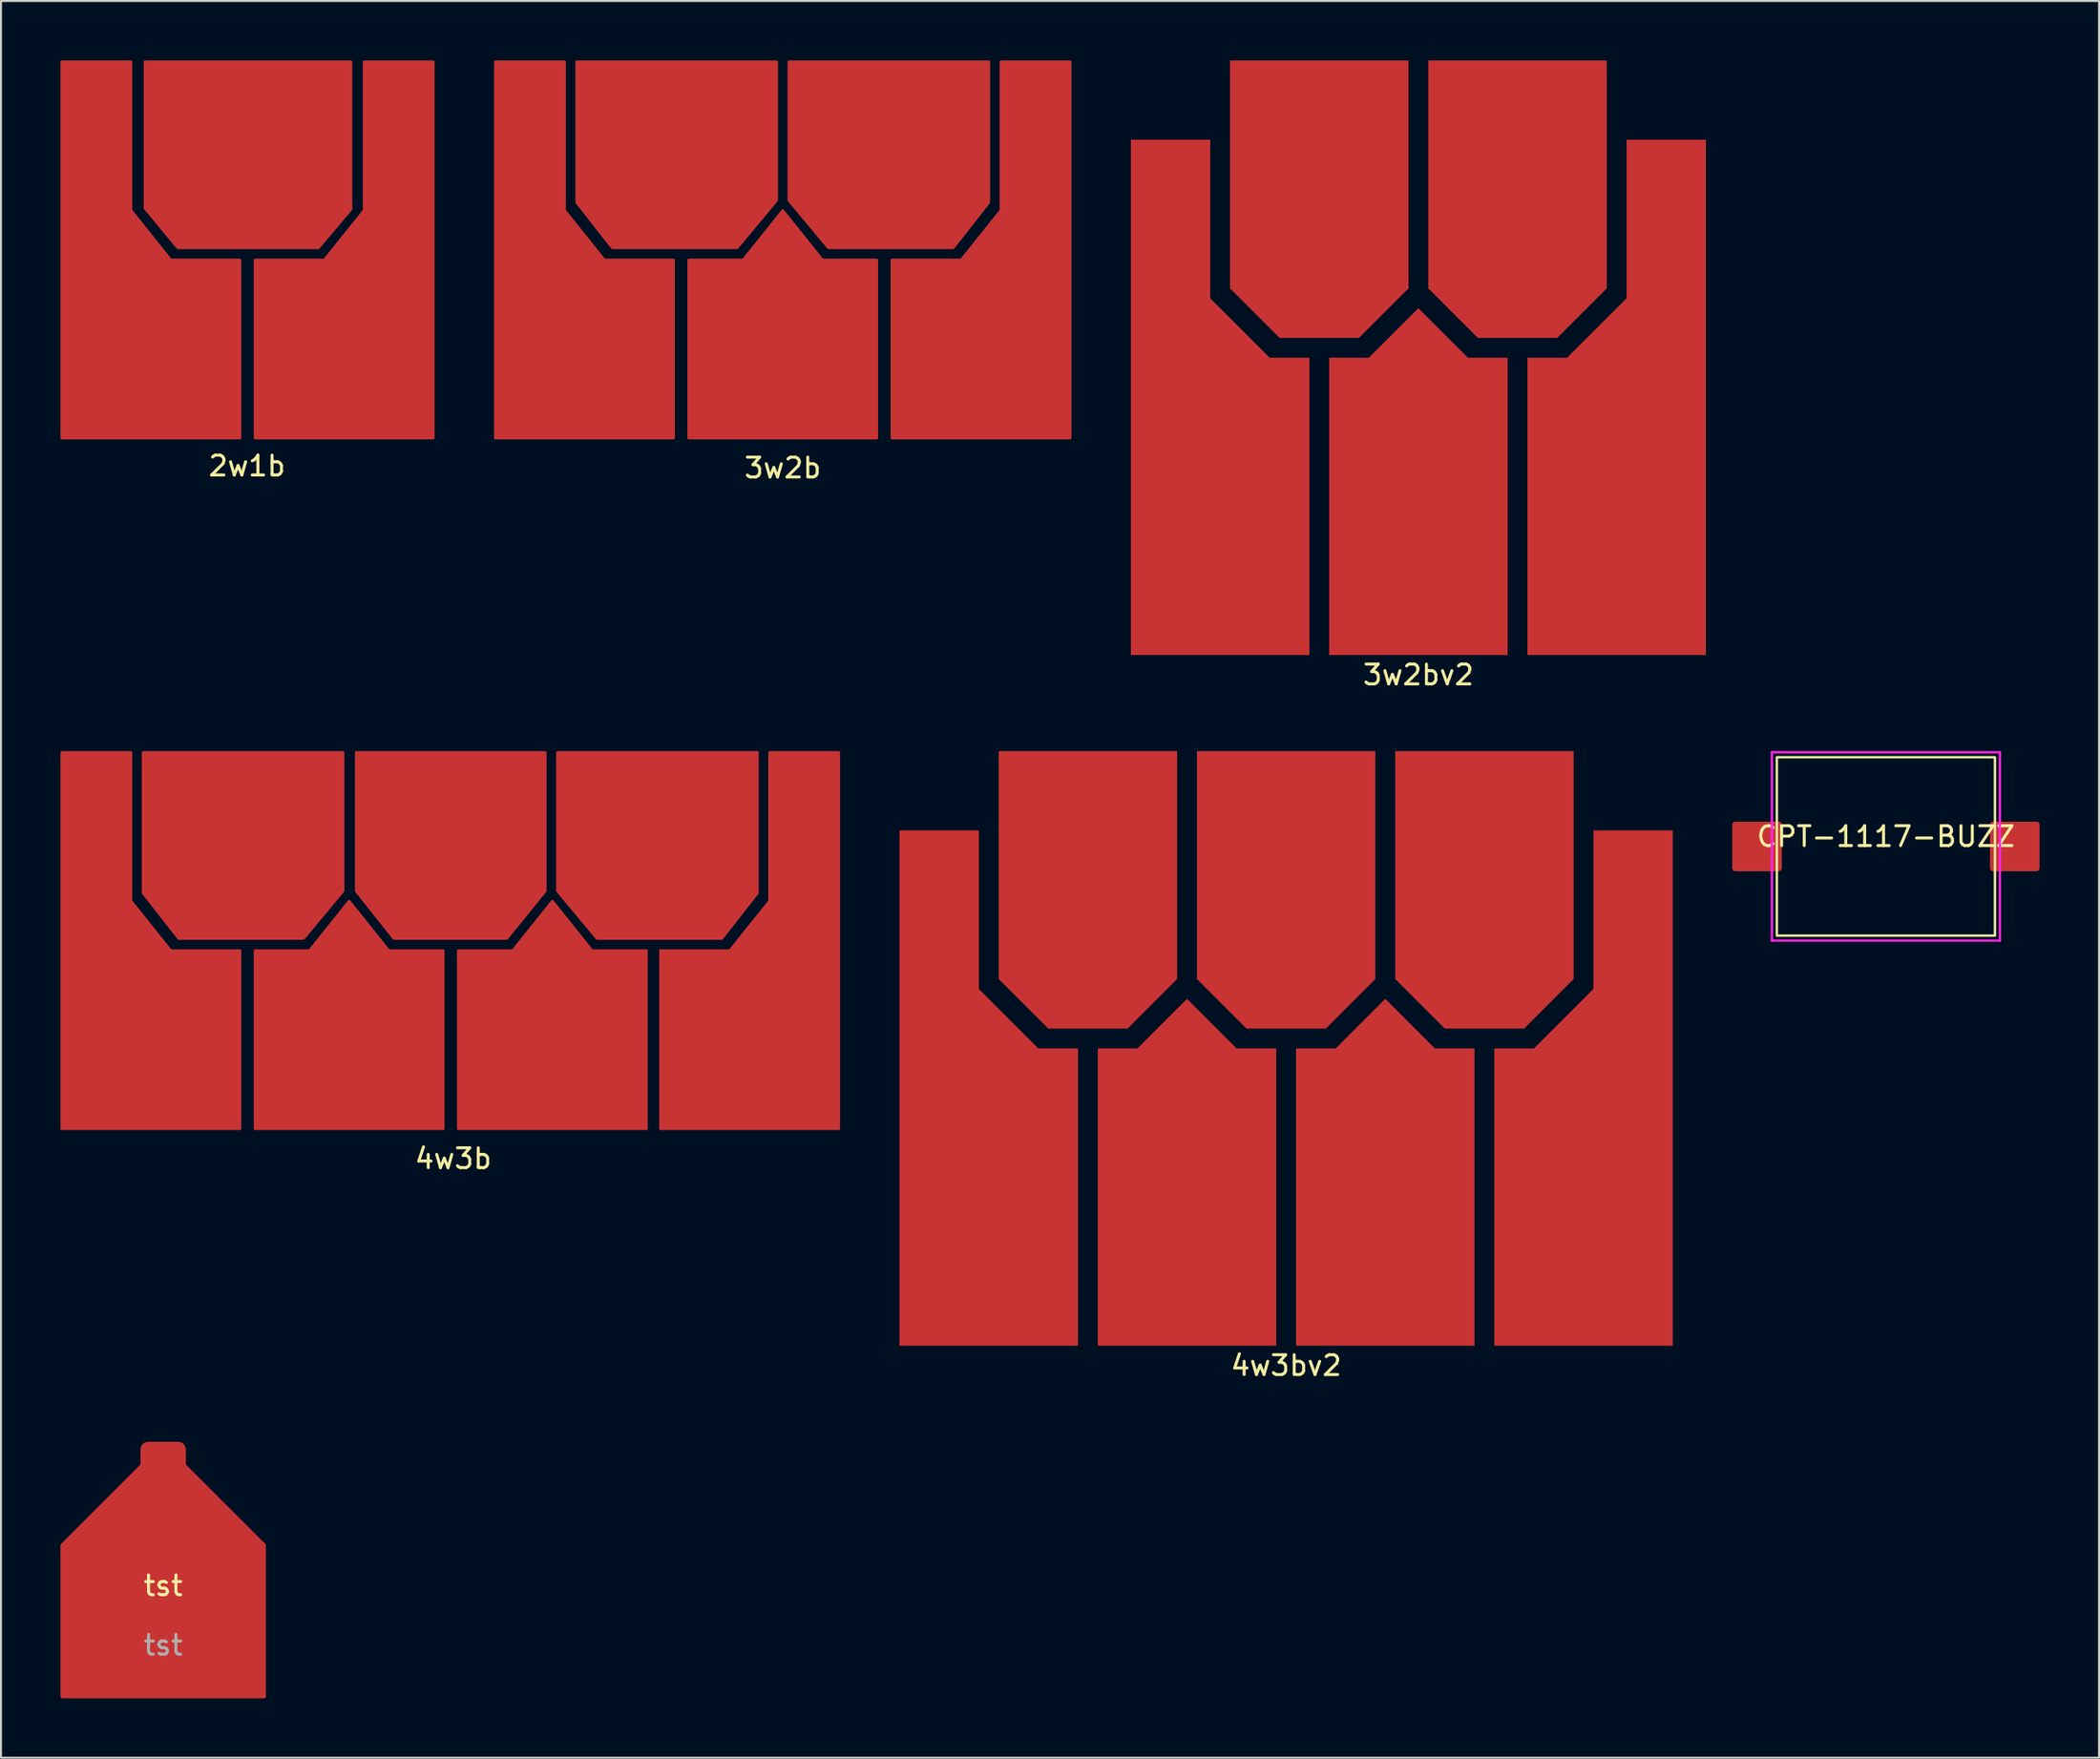
<source format=kicad_pcb>
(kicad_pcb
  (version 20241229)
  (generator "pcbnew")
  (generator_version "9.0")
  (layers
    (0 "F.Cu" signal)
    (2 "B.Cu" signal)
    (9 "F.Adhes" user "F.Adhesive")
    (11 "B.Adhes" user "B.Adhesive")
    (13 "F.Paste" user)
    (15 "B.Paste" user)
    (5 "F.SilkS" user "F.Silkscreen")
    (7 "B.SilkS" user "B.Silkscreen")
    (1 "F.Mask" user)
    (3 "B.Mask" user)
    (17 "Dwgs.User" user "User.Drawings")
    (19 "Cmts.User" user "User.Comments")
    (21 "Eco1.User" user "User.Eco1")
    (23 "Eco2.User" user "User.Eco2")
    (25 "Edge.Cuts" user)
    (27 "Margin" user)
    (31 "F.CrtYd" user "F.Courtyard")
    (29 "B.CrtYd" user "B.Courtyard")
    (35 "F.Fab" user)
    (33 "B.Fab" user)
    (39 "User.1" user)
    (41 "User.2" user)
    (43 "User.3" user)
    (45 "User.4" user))
  (footprint "tst"
    (layer "F.Cu")
    (at 5.18 77.459)
    (property "Reference" "tst" (at 0 -0.5 0) (unlocked yes) (layer "F.SilkS") (effects (font (size 1 1) (thickness 0.15))))
    (attr smd)
    (fp_poly (pts (xy 5.08 -2.54) (xy 5.08 5.08) (xy -5.08 5.08) (xy -5.08 -2.54) (xy 0 -7.62)) (stroke (width 0.2) (type solid)) (fill yes) (layer "F.Cu"))
    (fp_text user "${REFERENCE}" (at 0 2.5 0) (unlocked yes) (layer "F.Fab") (effects (font (size 1 1) (thickness 0.15))))
    (pad "1" smd roundrect (at 0 -7) (size 2.286 1.524) (layers "F.Cu" "F.Mask" "F.Paste") (roundrect_rratio 0.25)))
  (footprint "2w1b"
    (layer "F.Cu")
    (at 9.41 9.56)
    (property "Reference" "2w1b" (at 0 10.9 0) (unlocked yes) (layer "F.SilkS") (effects (font (size 1 1) (thickness 0.15))))
    (attr smd)
    (pad "1" smd custom (at -6.6 5) (size 1.524 1.524) (layers "F.Cu" "F.Mask" "F.Paste") (options (anchor circle)) (primitives (gr_poly (pts (xy 0.75 -7) (xy 2.75 -4.5) (xy 6.25 -4.5) (xy 6.25 4.5) (xy -2.75 4.5) (xy -2.75 -14.5) (xy 0.75 -14.5)) (width 0.12) (fill yes))))
    (pad "2" smd custom (at 0.35 -5.8) (size 1.524 1.524) (layers "F.Cu" "F.Mask" "F.Paste") (options (anchor circle)) (primitives (gr_poly (pts (xy 4.9 3.751) (xy 3.25 5.7) (xy -3.85 5.7) (xy -5.5 3.7) (xy -5.5 -3.7) (xy 4.9 -3.7)) (width 0.12) (fill yes))))
    (pad "3" smd custom (at 6.65 5) (size 1.524 1.524) (layers "F.Cu" "F.Mask" "F.Paste") (options (anchor circle)) (primitives (gr_poly (pts (xy 2.75 4.5) (xy -6.25 4.5) (xy -6.25 -4.5) (xy -2.75 -4.5) (xy -0.75 -7) (xy -0.75 -14.5) (xy 2.75 -14.5)) (width 0.12) (fill yes)))))
  (footprint "4w3bv2"
    (layer "F.Cu")
    (at 61.82 54.848)
    (property "Reference" "4w3bv2" (at 0 11 0) (unlocked yes) (layer "F.SilkS") (effects (font (size 1 1) (thickness 0.15))))
    (attr smd)
    (fp_poly (pts (xy -5.5 -8.5) (xy -8 -6) (xy -12 -6) (xy -14.5 -8.5) (xy -14.5 -20) (xy -5.5 -20)) (stroke (width 0) (type solid)) (fill yes) (layer "F.Mask"))
    (fp_poly (pts (xy 4.5 -8.5) (xy 2 -6) (xy -2 -6) (xy -4.5 -8.5) (xy -4.5 -20) (xy 4.5 -20)) (stroke (width 0) (type solid)) (fill yes) (layer "F.Mask"))
    (fp_poly (pts (xy 14.5 -8.5) (xy 12 -6) (xy 8 -6) (xy 5.5 -8.5) (xy 5.5 -20) (xy 14.5 -20)) (stroke (width 0) (type solid)) (fill yes) (layer "F.Mask"))
    (fp_poly (pts (xy -12.5 -5) (xy -10.5 -5) (xy -10.5 10) (xy -19.5 10) (xy -19.5 -16) (xy -15.5 -16) (xy -15.5 -8)) (stroke (width 0) (type solid)) (fill yes) (layer "F.Mask"))
    (fp_poly (pts (xy -2.5 -5) (xy -0.5 -5) (xy -0.5 10) (xy -9.5 10) (xy -9.5 -5) (xy -7.5 -5) (xy -5 -7.5)) (stroke (width 0) (type solid)) (fill yes) (layer "F.Mask"))
    (fp_poly (pts (xy 7.5 -5) (xy 9.5 -5) (xy 9.5 10) (xy 0.5 10) (xy 0.5 -5) (xy 2.5 -5) (xy 5 -7.5)) (stroke (width 0) (type solid)) (fill yes) (layer "F.Mask"))
    (fp_poly (pts (xy 12.5 -5) (xy 10.5 -5) (xy 10.5 10) (xy 19.5 10) (xy 19.5 -16) (xy 15.5 -16) (xy 15.5 -8)) (stroke (width 0) (type solid)) (fill yes) (layer "F.Mask"))
    (pad "1" smd custom (at -17.5 -15) (size 1.524 1.524) (layers "F.Cu" "F.Mask" "F.Paste") (options (anchor circle)) (primitives (gr_poly (pts (xy -1.143 -0.381) (xy -1.127 -0.49) (xy -1.072 -0.602) (xy -0.984 -0.691) (xy -0.871 -0.746) (xy -0.762 -0.762) (xy 0.762 -0.762) (xy 0.871 -0.746) (xy 0.983 -0.691) (xy 1.072 -0.603) (xy 1.127 -0.49) (xy 1.143 -0.381) (xy 1.143 0.381) (xy 1.127 0.49) (xy 1.072 0.602) (xy 0.984 0.691) (xy 0.871 0.746) (xy 0.762 0.762) (xy -0.762 0.762) (xy -0.871 0.746) (xy -0.983 0.691) (xy -1.072 0.603) (xy -1.127 0.49) (xy -1.143 0.381)) (width 0) (fill yes)) (gr_poly (pts (xy 5 10) (xy 7 10) (xy 7 25) (xy -2 25) (xy -2 -1) (xy 2 -1) (xy 2 7)) (width 0) (fill yes))))
    (pad "2" smd custom (at -10 -18.5) (size 1.524 1.524) (layers "F.Cu" "F.Mask" "F.Paste") (options (anchor circle)) (primitives (gr_poly (pts (xy -1.143 -0.381) (xy -1.127 -0.49) (xy -1.072 -0.602) (xy -0.984 -0.691) (xy -0.871 -0.746) (xy -0.762 -0.762) (xy 0.762 -0.762) (xy 0.871 -0.746) (xy 0.983 -0.691) (xy 1.072 -0.603) (xy 1.127 -0.49) (xy 1.143 -0.381) (xy 1.143 0.381) (xy 1.127 0.49) (xy 1.072 0.602) (xy 0.984 0.691) (xy 0.871 0.746) (xy 0.762 0.762) (xy -0.762 0.762) (xy -0.871 0.746) (xy -0.983 0.691) (xy -1.072 0.603) (xy -1.127 0.49) (xy -1.143 0.381)) (width 0) (fill yes)) (gr_poly (pts (xy 4.5 10) (xy 2 12.5) (xy -2 12.5) (xy -4.5 10) (xy -4.5 -1.5) (xy 4.5 -1.5)) (width 0) (fill yes))))
    (pad "3" smd custom (at -5 -5) (size 1.524 1.524) (layers "F.Cu" "F.Mask" "F.Paste") (options (anchor circle)) (primitives (gr_poly (pts (xy -1.143 -0.381) (xy -1.127 -0.49) (xy -1.072 -0.602) (xy -0.984 -0.691) (xy -0.871 -0.746) (xy -0.762 -0.762) (xy 0.762 -0.762) (xy 0.871 -0.746) (xy 0.983 -0.691) (xy 1.072 -0.603) (xy 1.127 -0.49) (xy 1.143 -0.381) (xy 1.143 0.381) (xy 1.127 0.49) (xy 1.072 0.602) (xy 0.984 0.691) (xy 0.871 0.746) (xy 0.762 0.762) (xy -0.762 0.762) (xy -0.871 0.746) (xy -0.983 0.691) (xy -1.072 0.603) (xy -1.127 0.49) (xy -1.143 0.381)) (width 0) (fill yes)) (gr_poly (pts (xy 2.5 0) (xy 4.5 0) (xy 4.5 15) (xy -4.5 15) (xy -4.5 0) (xy -2.5 0) (xy 0 -2.5)) (width 0) (fill yes))))
    (pad "4" smd custom (at 0 -18.5) (size 1.524 1.524) (layers "F.Cu" "F.Mask" "F.Paste") (options (anchor circle)) (primitives (gr_poly (pts (xy -1.143 -0.381) (xy -1.127 -0.49) (xy -1.072 -0.602) (xy -0.984 -0.691) (xy -0.871 -0.746) (xy -0.762 -0.762) (xy 0.762 -0.762) (xy 0.871 -0.746) (xy 0.983 -0.691) (xy 1.072 -0.603) (xy 1.127 -0.49) (xy 1.143 -0.381) (xy 1.143 0.381) (xy 1.127 0.49) (xy 1.072 0.602) (xy 0.984 0.691) (xy 0.871 0.746) (xy 0.762 0.762) (xy -0.762 0.762) (xy -0.871 0.746) (xy -0.983 0.691) (xy -1.072 0.603) (xy -1.127 0.49) (xy -1.143 0.381)) (width 0) (fill yes)) (gr_poly (pts (xy 4.5 10) (xy 2 12.5) (xy -2 12.5) (xy -4.5 10) (xy -4.5 -1.5) (xy 4.5 -1.5)) (width 0) (fill yes))))
    (pad "5" smd custom (at 5 -5) (size 1.524 1.524) (layers "F.Cu" "F.Mask" "F.Paste") (options (anchor circle)) (primitives (gr_poly (pts (xy -1.143 -0.381) (xy -1.127 -0.49) (xy -1.072 -0.602) (xy -0.984 -0.691) (xy -0.871 -0.746) (xy -0.762 -0.762) (xy 0.762 -0.762) (xy 0.871 -0.746) (xy 0.983 -0.691) (xy 1.072 -0.603) (xy 1.127 -0.49) (xy 1.143 -0.381) (xy 1.143 0.381) (xy 1.127 0.49) (xy 1.072 0.602) (xy 0.984 0.691) (xy 0.871 0.746) (xy 0.762 0.762) (xy -0.762 0.762) (xy -0.871 0.746) (xy -0.983 0.691) (xy -1.072 0.603) (xy -1.127 0.49) (xy -1.143 0.381)) (width 0) (fill yes)) (gr_poly (pts (xy 2.5 0) (xy 4.5 0) (xy 4.5 15) (xy -4.5 15) (xy -4.5 0) (xy -2.5 0) (xy 0 -2.5)) (width 0) (fill yes))))
    (pad "6" smd custom (at 10 -18.5) (size 1.524 1.524) (layers "F.Cu" "F.Mask" "F.Paste") (options (anchor circle)) (primitives (gr_poly (pts (xy -1.143 -0.381) (xy -1.127 -0.49) (xy -1.072 -0.602) (xy -0.984 -0.691) (xy -0.871 -0.746) (xy -0.762 -0.762) (xy 0.762 -0.762) (xy 0.871 -0.746) (xy 0.983 -0.691) (xy 1.072 -0.603) (xy 1.127 -0.49) (xy 1.143 -0.381) (xy 1.143 0.381) (xy 1.127 0.49) (xy 1.072 0.602) (xy 0.984 0.691) (xy 0.871 0.746) (xy 0.762 0.762) (xy -0.762 0.762) (xy -0.871 0.746) (xy -0.983 0.691) (xy -1.072 0.603) (xy -1.127 0.49) (xy -1.143 0.381)) (width 0) (fill yes)) (gr_poly (pts (xy 4.5 10) (xy 2 12.5) (xy -2 12.5) (xy -4.5 10) (xy -4.5 -1.5) (xy 4.5 -1.5)) (width 0) (fill yes))))
    (pad "7" smd custom (at 17.5 -15) (size 1.524 1.524) (layers "F.Cu" "F.Mask" "F.Paste") (options (anchor circle)) (primitives (gr_poly (pts (xy -1.143 -0.381) (xy -1.127 -0.49) (xy -1.072 -0.602) (xy -0.984 -0.691) (xy -0.871 -0.746) (xy -0.762 -0.762) (xy 0.762 -0.762) (xy 0.871 -0.746) (xy 0.983 -0.691) (xy 1.072 -0.603) (xy 1.127 -0.49) (xy 1.143 -0.381) (xy 1.143 0.381) (xy 1.127 0.49) (xy 1.072 0.602) (xy 0.984 0.691) (xy 0.871 0.746) (xy 0.762 0.762) (xy -0.762 0.762) (xy -0.871 0.746) (xy -0.983 0.691) (xy -1.072 0.603) (xy -1.127 0.49) (xy -1.143 0.381)) (width 0) (fill yes)) (gr_poly (pts (xy -2 -1) (xy 2 -1) (xy 2 25) (xy -7 25) (xy -7 10) (xy -5 10) (xy -2 7)) (width 0) (fill yes)))))
  (footprint "3w2b"
    (layer "F.Cu")
    (at 36.43 9.56)
    (property "Reference" "3w2b" (at 0 11 0) (unlocked yes) (layer "F.SilkS") (effects (font (size 1 1) (thickness 0.15))))
    (attr smd)
    (pad "1" smd custom (at -11.75 5) (size 1.524 1.524) (layers "F.Cu" "F.Mask" "F.Paste") (options (anchor circle)) (primitives (gr_poly (pts (xy -2.75 4.5) (xy 6.25 4.5) (xy 6.25 -4.5) (xy 2.75 -4.5) (xy 0.75 -7) (xy 0.75 -14.5) (xy -2.75 -14.5)) (width 0.12) (fill yes))))
    (pad "2" smd custom (at -5.7 -5.8) (size 1.524 1.524) (layers "F.Cu" "F.Mask" "F.Paste") (options (anchor circle)) (primitives (gr_poly (pts (xy -4.7 3.4) (xy -2.9 5.7) (xy 3.4 5.7) (xy 5.4 3.3) (xy 5.4 -3.7) (xy -4.7 -3.7)) (width 0.12) (fill yes))))
    (pad "3" smd custom (at 0 5) (size 1.524 1.524) (layers "F.Cu" "F.Mask" "F.Paste") (options (anchor circle)) (primitives (gr_poly (pts (xy 2 -4.5) (xy 4.75 -4.5) (xy 4.75 4.5) (xy -4.75 4.5) (xy -4.75 -4.5) (xy -2 -4.5) (xy 0 -7)) (width 0.12) (fill yes))))
    (pad "4" smd custom (at 5.7 -5.8) (size 1.524 1.524) (layers "F.Cu" "F.Mask" "F.Paste") (options (anchor circle)) (primitives (gr_poly (pts (xy 4.7 3.4) (xy 2.9 5.7) (xy -3.4 5.7) (xy -5.4 3.3) (xy -5.4 -3.7) (xy 4.7 -3.7)) (width 0.12) (fill yes))))
    (pad "5" smd custom (at 11.75 5) (size 1.524 1.524) (layers "F.Cu" "F.Mask" "F.Paste") (options (anchor circle)) (primitives (gr_poly (pts (xy 2.75 4.5) (xy -6.25 4.5) (xy -6.25 -4.5) (xy -2.75 -4.5) (xy -0.75 -7) (xy -0.75 -14.5) (xy 2.75 -14.5)) (width 0.12) (fill yes)))))
  (footprint "4w3b"
    (layer "F.Cu")
    (at 19.81 44.408)
    (property "Reference" "4w3b" (at 0 11 0) (unlocked yes) (layer "F.SilkS") (effects (font (size 1 1) (thickness 0.15))))
    (attr smd)
    (pad "1" smd custom (at -17 5) (size 1.524 1.524) (layers "F.Cu" "F.Mask" "F.Paste") (options (anchor circle)) (primitives (gr_poly (pts (xy 0.75 -7) (xy 2.75 -4.5) (xy 6.25 -4.5) (xy 6.25 4.5) (xy -2.75 4.5) (xy -2.75 -14.5) (xy 0.75 -14.5)) (width 0.12) (fill yes))))
    (pad "2" smd custom (at -10.95 -5.8) (size 1.524 1.524) (layers "F.Cu" "F.Mask" "F.Paste") (options (anchor circle)) (primitives (gr_poly (pts (xy 5.4 3.3) (xy 3.4 5.7) (xy -2.9 5.7) (xy -4.7 3.4) (xy -4.7 -3.7) (xy 5.4 -3.7)) (width 0.12) (fill yes))))
    (pad "3" smd custom (at -5.25 5) (size 1.524 1.524) (layers "F.Cu" "F.Mask" "F.Paste") (options (anchor circle)) (primitives (gr_poly (pts (xy 2 -4.5) (xy 4.75 -4.5) (xy 4.75 4.5) (xy -4.75 4.5) (xy -4.75 -4.5) (xy -2 -4.5) (xy 0 -7)) (width 0.12) (fill yes))))
    (pad "4" smd custom (at 0.25 -5.75) (size 1.524 1.524) (layers "F.Cu" "F.Mask" "F.Paste") (options (anchor circle)) (primitives (gr_poly (pts (xy 4.4 3.25) (xy 2.45 5.65) (xy -3.25 5.65) (xy -5.15 3.25) (xy -5.15 -3.75) (xy 4.4 -3.75)) (width 0.12) (fill yes))))
    (pad "5" smd custom (at 5 5) (size 1.524 1.524) (layers "F.Cu" "F.Mask" "F.Paste") (options (anchor circle)) (primitives (gr_poly (pts (xy 2 -4.5) (xy 4.75 -4.5) (xy 4.75 4.5) (xy -4.75 4.5) (xy -4.75 -4.5) (xy -2 -4.5) (xy 0 -7)) (width 0.12) (fill yes))))
    (pad "6" smd custom (at 10.65 -5.8) (size 1.524 1.524) (layers "F.Cu" "F.Mask" "F.Paste") (options (anchor circle)) (primitives (gr_poly (pts (xy 4.7 3.4) (xy 2.9 5.7) (xy -3.4 5.7) (xy -5.4 3.3) (xy -5.4 -3.7) (xy 4.7 -3.7)) (width 0.12) (fill yes))))
    (pad "7" smd custom (at 16.7 5) (size 1.524 1.524) (layers "F.Cu" "F.Mask" "F.Paste") (options (anchor circle)) (primitives (gr_poly (pts (xy 2.75 4.5) (xy -6.25 4.5) (xy -6.25 -4.5) (xy -2.75 -4.5) (xy -0.75 -7) (xy -0.75 -14.5) (xy 2.75 -14.5)) (width 0.12) (fill yes)))))
  (footprint "3w2bv2"
    (layer "F.Cu")
    (at 68.49 20)
    (property "Reference" "3w2bv2" (at 0 11 0) (unlocked yes) (layer "F.SilkS") (effects (font (size 1 1) (thickness 0.15))))
    (attr smd)
    (fp_poly (pts (xy -0.5 -8.5) (xy -3 -6) (xy -7 -6) (xy -9.5 -8.5) (xy -9.5 -20) (xy -0.5 -20)) (stroke (width 0) (type solid)) (fill yes) (layer "F.Cu"))
    (fp_poly (pts (xy 9.5 -8.5) (xy 7 -6) (xy 3 -6) (xy 0.5 -8.5) (xy 0.5 -20) (xy 9.5 -20)) (stroke (width 0) (type solid)) (fill yes) (layer "F.Cu"))
    (fp_poly (pts (xy -7.5 -5) (xy -5.5 -5) (xy -5.5 10) (xy -14.5 10) (xy -14.5 -16) (xy -10.5 -16) (xy -10.5 -8)) (stroke (width 0) (type solid)) (fill yes) (layer "F.Cu"))
    (fp_poly (pts (xy 2.5 -5) (xy 4.5 -5) (xy 4.5 10) (xy -4.5 10) (xy -4.5 -5) (xy -2.5 -5) (xy 0 -7.5)) (stroke (width 0) (type solid)) (fill yes) (layer "F.Cu"))
    (fp_poly (pts (xy 10.5 -16) (xy 14.5 -16) (xy 14.5 10) (xy 5.5 10) (xy 5.5 -5) (xy 7.5 -5) (xy 10.5 -8)) (stroke (width 0) (type solid)) (fill yes) (layer "F.Cu"))
    (fp_poly (pts (xy -0.5 -8.5) (xy -3 -6) (xy -7 -6) (xy -9.5 -8.5) (xy -9.5 -20) (xy -0.5 -20)) (stroke (width 0) (type solid)) (fill yes) (layer "F.Mask"))
    (fp_poly (pts (xy 9.5 -8.5) (xy 7 -6) (xy 3 -6) (xy 0.5 -8.5) (xy 0.5 -20) (xy 9.5 -20)) (stroke (width 0) (type solid)) (fill yes) (layer "F.Mask"))
    (fp_poly (pts (xy -7.5 -5) (xy -5.5 -5) (xy -5.5 10) (xy -14.5 10) (xy -14.5 -16) (xy -10.5 -16) (xy -10.5 -8)) (stroke (width 0) (type solid)) (fill yes) (layer "F.Mask"))
    (fp_poly (pts (xy 2.5 -5) (xy 4.5 -5) (xy 4.5 10) (xy -4.5 10) (xy -4.5 -5) (xy -2.5 -5) (xy 0 -7.5)) (stroke (width 0) (type solid)) (fill yes) (layer "F.Mask"))
    (fp_poly (pts (xy 7.5 -5) (xy 5.5 -5) (xy 5.5 10) (xy 14.5 10) (xy 14.5 -16) (xy 10.5 -16) (xy 10.5 -8)) (stroke (width 0) (type solid)) (fill yes) (layer "F.Mask"))
    (pad "1" smd roundrect (at -12.5 -15) (size 2.286 1.524) (layers "F.Cu" "F.Mask" "F.Paste") (roundrect_rratio 0.25))
    (pad "2" smd roundrect (at -5 -18.5) (size 2.286 1.524) (layers "F.Cu" "F.Mask" "F.Paste") (roundrect_rratio 0.25))
    (pad "3" smd roundrect (at 0 -5) (size 2.286 1.524) (layers "F.Cu" "F.Mask" "F.Paste") (roundrect_rratio 0.25))
    (pad "4" smd roundrect (at 5 -18.5) (size 2.286 1.524) (layers "F.Cu" "F.Mask" "F.Paste") (roundrect_rratio 0.25))
    (pad "5" smd roundrect (at 12.5 -14.5) (size 2.286 1.524) (layers "F.Cu" "F.Mask" "F.Paste") (roundrect_rratio 0.25)))
  (footprint "CPT-1117-BUZZ"
    (layer "F.Cu")
    (at 92.07 39.658)
    (property "Reference" "CPT-1117-BUZZ" (at 0 -0.5 0) (unlocked yes) (layer "F.SilkS") (effects (font (size 1 1) (thickness 0.15))))
    (attr smd)
    (fp_rect (start -5.5 -4.5) (end 5.5 4.5) (stroke (width 0.12) (type solid)) (fill no) (layer "F.SilkS"))
    (fp_line (start -5.75 -4.75) (end 5.75 -4.75) (stroke (width 0.12) (type solid)) (layer "F.CrtYd"))
    (fp_line (start -5.75 4.75) (end -5.75 -4.75) (stroke (width 0.12) (type solid)) (layer "F.CrtYd"))
    (fp_line (start 5.75 -4.75) (end 5.75 4.75) (stroke (width 0.12) (type solid)) (layer "F.CrtYd"))
    (fp_line (start 5.75 4.75) (end -5.75 4.75) (stroke (width 0.12) (type solid)) (layer "F.CrtYd"))
    (pad "1" smd roundrect (at -6.5 0) (size 2.5 2.5) (layers "F.Cu" "F.Mask" "F.Paste") (roundrect_rratio 0.06))
    (pad "2" smd roundrect (at 6.5 0) (size 2.5 2.5) (layers "F.Cu" "F.Mask" "F.Paste") (roundrect_rratio 0.06)))
  (gr_rect
    (start -3 -3)
    (end 102.82 85.638)
    (stroke (width 0.1) (type default))
    (fill no)
    (layer "Edge.Cuts")))
</source>
